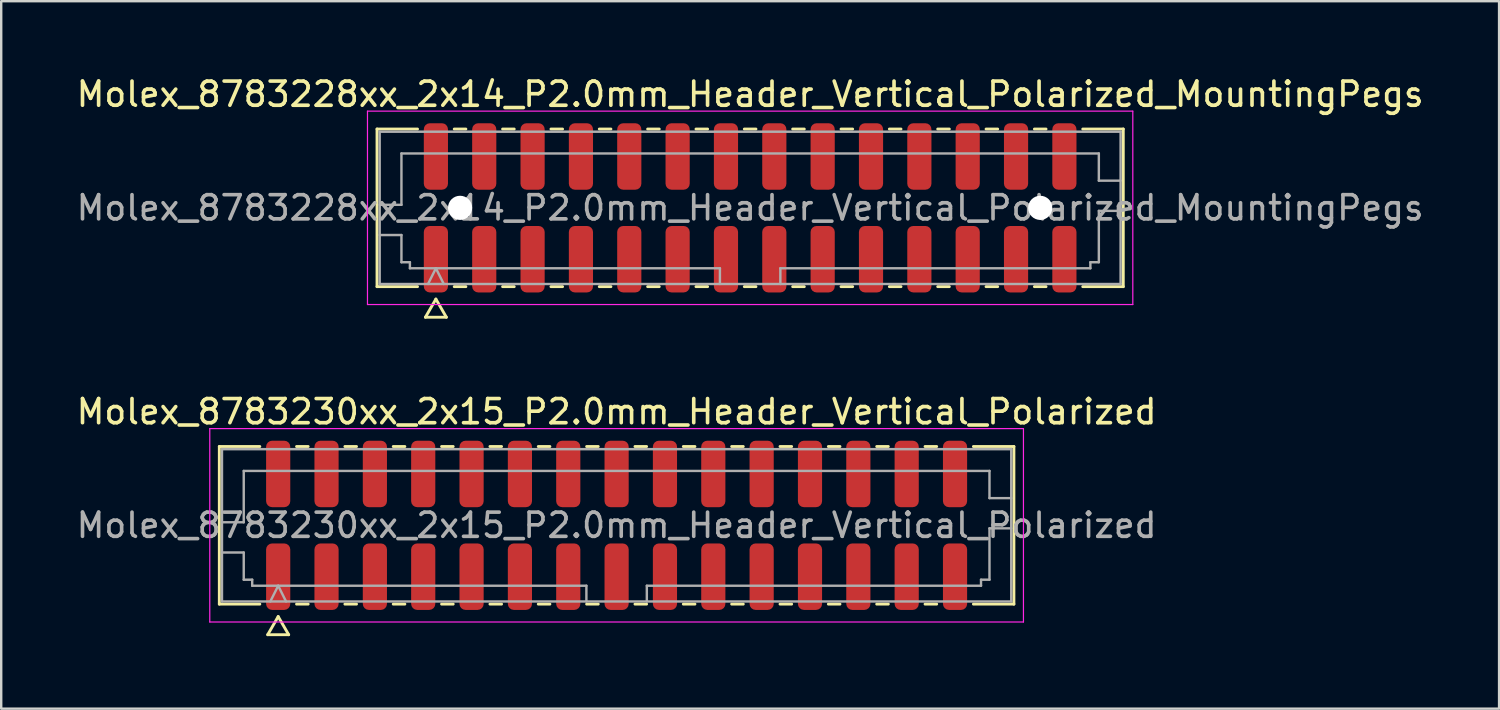
<source format=kicad_pcb>
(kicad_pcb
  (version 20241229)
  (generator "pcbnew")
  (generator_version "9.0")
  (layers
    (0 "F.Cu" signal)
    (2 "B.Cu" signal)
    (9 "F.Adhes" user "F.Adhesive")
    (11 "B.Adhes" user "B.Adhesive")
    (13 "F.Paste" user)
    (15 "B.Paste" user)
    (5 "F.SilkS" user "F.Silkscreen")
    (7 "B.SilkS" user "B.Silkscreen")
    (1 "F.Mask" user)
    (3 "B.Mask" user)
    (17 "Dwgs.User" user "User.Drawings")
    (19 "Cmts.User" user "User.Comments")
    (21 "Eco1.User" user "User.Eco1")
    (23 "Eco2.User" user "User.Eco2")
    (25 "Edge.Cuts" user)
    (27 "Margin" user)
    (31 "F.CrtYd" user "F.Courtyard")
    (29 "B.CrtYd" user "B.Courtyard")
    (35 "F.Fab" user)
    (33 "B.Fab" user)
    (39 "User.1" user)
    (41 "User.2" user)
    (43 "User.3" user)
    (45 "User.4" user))
  (footprint "Molex_8783228xx_2x14_P2.0mm_Header_Vertical_Polarized_MountingPegs"
    (layer "F.Cu")
    (at 27.982 5.548)
    (property "Reference" "Molex_8783228xx_2x14_P2.0mm_Header_Vertical_Polarized_MountingPegs" (at 0 -4.7 0) (layer "F.SilkS") (effects (font (size 1 1) (thickness 0.15))))
    (attr smd)
    (fp_line (start -15.435 -3.26) (end -13.76 -3.26) (stroke (width 0.12) (type solid)) (layer "F.SilkS"))
    (fp_line (start -15.435 3.26) (end -15.435 -3.26) (stroke (width 0.12) (type solid)) (layer "F.SilkS"))
    (fp_line (start -13.76 3.26) (end -15.435 3.26) (stroke (width 0.12) (type solid)) (layer "F.SilkS"))
    (fp_line (start -13.433 4.525) (end -13 3.775) (stroke (width 0.12) (type solid)) (layer "F.SilkS"))
    (fp_line (start -13 3.775) (end -12.567 4.525) (stroke (width 0.12) (type solid)) (layer "F.SilkS"))
    (fp_line (start -12.567 4.525) (end -13.433 4.525) (stroke (width 0.12) (type solid)) (layer "F.SilkS"))
    (fp_line (start -12.24 -3.26) (end -11.76 -3.26) (stroke (width 0.12) (type solid)) (layer "F.SilkS"))
    (fp_line (start -11.76 3.26) (end -12.24 3.26) (stroke (width 0.12) (type solid)) (layer "F.SilkS"))
    (fp_line (start -10.24 -3.26) (end -9.76 -3.26) (stroke (width 0.12) (type solid)) (layer "F.SilkS"))
    (fp_line (start -9.76 3.26) (end -10.24 3.26) (stroke (width 0.12) (type solid)) (layer "F.SilkS"))
    (fp_line (start -8.24 -3.26) (end -7.76 -3.26) (stroke (width 0.12) (type solid)) (layer "F.SilkS"))
    (fp_line (start -7.76 3.26) (end -8.24 3.26) (stroke (width 0.12) (type solid)) (layer "F.SilkS"))
    (fp_line (start -6.24 -3.26) (end -5.76 -3.26) (stroke (width 0.12) (type solid)) (layer "F.SilkS"))
    (fp_line (start -5.76 3.26) (end -6.24 3.26) (stroke (width 0.12) (type solid)) (layer "F.SilkS"))
    (fp_line (start -4.24 -3.26) (end -3.76 -3.26) (stroke (width 0.12) (type solid)) (layer "F.SilkS"))
    (fp_line (start -3.76 3.26) (end -4.24 3.26) (stroke (width 0.12) (type solid)) (layer "F.SilkS"))
    (fp_line (start -2.24 -3.26) (end -1.76 -3.26) (stroke (width 0.12) (type solid)) (layer "F.SilkS"))
    (fp_line (start -1.76 3.26) (end -2.24 3.26) (stroke (width 0.12) (type solid)) (layer "F.SilkS"))
    (fp_line (start -0.24 -3.26) (end 0.24 -3.26) (stroke (width 0.12) (type solid)) (layer "F.SilkS"))
    (fp_line (start 0.24 3.26) (end -0.24 3.26) (stroke (width 0.12) (type solid)) (layer "F.SilkS"))
    (fp_line (start 1.76 -3.26) (end 2.24 -3.26) (stroke (width 0.12) (type solid)) (layer "F.SilkS"))
    (fp_line (start 2.24 3.26) (end 1.76 3.26) (stroke (width 0.12) (type solid)) (layer "F.SilkS"))
    (fp_line (start 3.76 -3.26) (end 4.24 -3.26) (stroke (width 0.12) (type solid)) (layer "F.SilkS"))
    (fp_line (start 4.24 3.26) (end 3.76 3.26) (stroke (width 0.12) (type solid)) (layer "F.SilkS"))
    (fp_line (start 5.76 -3.26) (end 6.24 -3.26) (stroke (width 0.12) (type solid)) (layer "F.SilkS"))
    (fp_line (start 6.24 3.26) (end 5.76 3.26) (stroke (width 0.12) (type solid)) (layer "F.SilkS"))
    (fp_line (start 7.76 -3.26) (end 8.24 -3.26) (stroke (width 0.12) (type solid)) (layer "F.SilkS"))
    (fp_line (start 8.24 3.26) (end 7.76 3.26) (stroke (width 0.12) (type solid)) (layer "F.SilkS"))
    (fp_line (start 9.76 -3.26) (end 10.24 -3.26) (stroke (width 0.12) (type solid)) (layer "F.SilkS"))
    (fp_line (start 10.24 3.26) (end 9.76 3.26) (stroke (width 0.12) (type solid)) (layer "F.SilkS"))
    (fp_line (start 11.76 -3.26) (end 12.24 -3.26) (stroke (width 0.12) (type solid)) (layer "F.SilkS"))
    (fp_line (start 12.24 3.26) (end 11.76 3.26) (stroke (width 0.12) (type solid)) (layer "F.SilkS"))
    (fp_line (start 13.76 -3.26) (end 15.435 -3.26) (stroke (width 0.12) (type solid)) (layer "F.SilkS"))
    (fp_line (start 15.435 -3.26) (end 15.435 3.26) (stroke (width 0.12) (type solid)) (layer "F.SilkS"))
    (fp_line (start 15.435 3.26) (end 13.76 3.26) (stroke (width 0.12) (type solid)) (layer "F.SilkS"))
    (fp_line (start -15.83 -4) (end -15.83 4) (stroke (width 0.05) (type solid)) (layer "F.CrtYd"))
    (fp_line (start -15.83 4) (end 15.83 4) (stroke (width 0.05) (type solid)) (layer "F.CrtYd"))
    (fp_line (start 15.83 -4) (end -15.83 -4) (stroke (width 0.05) (type solid)) (layer "F.CrtYd"))
    (fp_line (start 15.83 4) (end 15.83 -4) (stroke (width 0.05) (type solid)) (layer "F.CrtYd"))
    (fp_line (start -15.325 -3.15) (end 15.325 -3.15) (stroke (width 0.1) (type solid)) (layer "F.Fab"))
    (fp_line (start -15.325 -0.125) (end -14.425 -0.125) (stroke (width 0.1) (type solid)) (layer "F.Fab"))
    (fp_line (start -15.325 1.125) (end -14.425 1.125) (stroke (width 0.1) (type solid)) (layer "F.Fab"))
    (fp_line (start -15.325 3.15) (end -15.325 -3.15) (stroke (width 0.1) (type solid)) (layer "F.Fab"))
    (fp_line (start -14.425 -2.25) (end 14.425 -2.25) (stroke (width 0.1) (type solid)) (layer "F.Fab"))
    (fp_line (start -14.425 -0.125) (end -14.425 -2.25) (stroke (width 0.1) (type solid)) (layer "F.Fab"))
    (fp_line (start -14.425 1.125) (end -14.425 2.25) (stroke (width 0.1) (type solid)) (layer "F.Fab"))
    (fp_line (start -14.425 2.25) (end -14.075 2.25) (stroke (width 0.1) (type solid)) (layer "F.Fab"))
    (fp_line (start -14.075 2.25) (end -14.075 2.5) (stroke (width 0.1) (type solid)) (layer "F.Fab"))
    (fp_line (start -14.075 2.5) (end -1.25 2.5) (stroke (width 0.1) (type solid)) (layer "F.Fab"))
    (fp_line (start -13.325 3.15) (end -13 2.5) (stroke (width 0.1) (type solid)) (layer "F.Fab"))
    (fp_line (start -13 2.5) (end -12.675 3.15) (stroke (width 0.1) (type solid)) (layer "F.Fab"))
    (fp_line (start -1.25 2.5) (end -1.25 3.15) (stroke (width 0.1) (type solid)) (layer "F.Fab"))
    (fp_line (start 1.25 2.5) (end 1.25 3.15) (stroke (width 0.1) (type solid)) (layer "F.Fab"))
    (fp_line (start 1.25 2.5) (end 14.075 2.5) (stroke (width 0.1) (type solid)) (layer "F.Fab"))
    (fp_line (start 14.075 2.25) (end 14.425 2.25) (stroke (width 0.1) (type solid)) (layer "F.Fab"))
    (fp_line (start 14.075 2.5) (end 14.075 2.25) (stroke (width 0.1) (type solid)) (layer "F.Fab"))
    (fp_line (start 14.425 -2.25) (end 14.425 -1.125) (stroke (width 0.1) (type solid)) (layer "F.Fab"))
    (fp_line (start 14.425 -1.125) (end 15.325 -1.125) (stroke (width 0.1) (type solid)) (layer "F.Fab"))
    (fp_line (start 14.425 0.125) (end 15.325 0.125) (stroke (width 0.1) (type solid)) (layer "F.Fab"))
    (fp_line (start 14.425 2.25) (end 14.425 0.125) (stroke (width 0.1) (type solid)) (layer "F.Fab"))
    (fp_line (start 15.325 -3.15) (end 15.325 3.15) (stroke (width 0.1) (type solid)) (layer "F.Fab"))
    (fp_line (start 15.325 3.15) (end -15.325 3.15) (stroke (width 0.1) (type solid)) (layer "F.Fab"))
    (fp_text user "${REFERENCE}" (at 0 0 0) (layer "F.Fab") (effects (font (size 1 1) (thickness 0.15))))
    (pad "" np_thru_hole circle (at -12 0) (size 1 1) (drill 1) (layers "*.Cu" "*.Mask"))
    (pad "" np_thru_hole circle (at 12 0) (size 1 1) (drill 1) (layers "*.Cu" "*.Mask"))
    (pad "1" smd roundrect (at -13 2.125) (size 1 2.75) (layers "F.Cu" "F.Mask" "F.Paste") (roundrect_rratio 0.25))
    (pad "2" smd roundrect (at -13 -2.125) (size 1 2.75) (layers "F.Cu" "F.Mask" "F.Paste") (roundrect_rratio 0.25))
    (pad "3" smd roundrect (at -11 2.125) (size 1 2.75) (layers "F.Cu" "F.Mask" "F.Paste") (roundrect_rratio 0.25))
    (pad "4" smd roundrect (at -11 -2.125) (size 1 2.75) (layers "F.Cu" "F.Mask" "F.Paste") (roundrect_rratio 0.25))
    (pad "5" smd roundrect (at -9 2.125) (size 1 2.75) (layers "F.Cu" "F.Mask" "F.Paste") (roundrect_rratio 0.25))
    (pad "6" smd roundrect (at -9 -2.125) (size 1 2.75) (layers "F.Cu" "F.Mask" "F.Paste") (roundrect_rratio 0.25))
    (pad "7" smd roundrect (at -7 2.125) (size 1 2.75) (layers "F.Cu" "F.Mask" "F.Paste") (roundrect_rratio 0.25))
    (pad "8" smd roundrect (at -7 -2.125) (size 1 2.75) (layers "F.Cu" "F.Mask" "F.Paste") (roundrect_rratio 0.25))
    (pad "9" smd roundrect (at -5 2.125) (size 1 2.75) (layers "F.Cu" "F.Mask" "F.Paste") (roundrect_rratio 0.25))
    (pad "10" smd roundrect (at -5 -2.125) (size 1 2.75) (layers "F.Cu" "F.Mask" "F.Paste") (roundrect_rratio 0.25))
    (pad "11" smd roundrect (at -3 2.125) (size 1 2.75) (layers "F.Cu" "F.Mask" "F.Paste") (roundrect_rratio 0.25))
    (pad "12" smd roundrect (at -3 -2.125) (size 1 2.75) (layers "F.Cu" "F.Mask" "F.Paste") (roundrect_rratio 0.25))
    (pad "13" smd roundrect (at -1 2.125) (size 1 2.75) (layers "F.Cu" "F.Mask" "F.Paste") (roundrect_rratio 0.25))
    (pad "14" smd roundrect (at -1 -2.125) (size 1 2.75) (layers "F.Cu" "F.Mask" "F.Paste") (roundrect_rratio 0.25))
    (pad "15" smd roundrect (at 1 2.125) (size 1 2.75) (layers "F.Cu" "F.Mask" "F.Paste") (roundrect_rratio 0.25))
    (pad "16" smd roundrect (at 1 -2.125) (size 1 2.75) (layers "F.Cu" "F.Mask" "F.Paste") (roundrect_rratio 0.25))
    (pad "17" smd roundrect (at 3 2.125) (size 1 2.75) (layers "F.Cu" "F.Mask" "F.Paste") (roundrect_rratio 0.25))
    (pad "18" smd roundrect (at 3 -2.125) (size 1 2.75) (layers "F.Cu" "F.Mask" "F.Paste") (roundrect_rratio 0.25))
    (pad "19" smd roundrect (at 5 2.125) (size 1 2.75) (layers "F.Cu" "F.Mask" "F.Paste") (roundrect_rratio 0.25))
    (pad "20" smd roundrect (at 5 -2.125) (size 1 2.75) (layers "F.Cu" "F.Mask" "F.Paste") (roundrect_rratio 0.25))
    (pad "21" smd roundrect (at 7 2.125) (size 1 2.75) (layers "F.Cu" "F.Mask" "F.Paste") (roundrect_rratio 0.25))
    (pad "22" smd roundrect (at 7 -2.125) (size 1 2.75) (layers "F.Cu" "F.Mask" "F.Paste") (roundrect_rratio 0.25))
    (pad "23" smd roundrect (at 9 2.125) (size 1 2.75) (layers "F.Cu" "F.Mask" "F.Paste") (roundrect_rratio 0.25))
    (pad "24" smd roundrect (at 9 -2.125) (size 1 2.75) (layers "F.Cu" "F.Mask" "F.Paste") (roundrect_rratio 0.25))
    (pad "25" smd roundrect (at 11 2.125) (size 1 2.75) (layers "F.Cu" "F.Mask" "F.Paste") (roundrect_rratio 0.25))
    (pad "26" smd roundrect (at 11 -2.125) (size 1 2.75) (layers "F.Cu" "F.Mask" "F.Paste") (roundrect_rratio 0.25))
    (pad "27" smd roundrect (at 13 2.125) (size 1 2.75) (layers "F.Cu" "F.Mask" "F.Paste") (roundrect_rratio 0.25))
    (pad "28" smd roundrect (at 13 -2.125) (size 1 2.75) (layers "F.Cu" "F.Mask" "F.Paste") (roundrect_rratio 0.25)))
  (footprint "Molex_8783230xx_2x15_P2.0mm_Header_Vertical_Polarized"
    (layer "F.Cu")
    (at 22.458 18.681)
    (property "Reference" "Molex_8783230xx_2x15_P2.0mm_Header_Vertical_Polarized" (at 0 -4.7 0) (layer "F.SilkS") (effects (font (size 1 1) (thickness 0.15))))
    (attr smd)
    (fp_line (start -16.435 -3.26) (end -14.76 -3.26) (stroke (width 0.12) (type solid)) (layer "F.SilkS"))
    (fp_line (start -16.435 3.26) (end -16.435 -3.26) (stroke (width 0.12) (type solid)) (layer "F.SilkS"))
    (fp_line (start -14.76 3.26) (end -16.435 3.26) (stroke (width 0.12) (type solid)) (layer "F.SilkS"))
    (fp_line (start -14.433 4.525) (end -14 3.775) (stroke (width 0.12) (type solid)) (layer "F.SilkS"))
    (fp_line (start -14 3.775) (end -13.567 4.525) (stroke (width 0.12) (type solid)) (layer "F.SilkS"))
    (fp_line (start -13.567 4.525) (end -14.433 4.525) (stroke (width 0.12) (type solid)) (layer "F.SilkS"))
    (fp_line (start -13.24 -3.26) (end -12.76 -3.26) (stroke (width 0.12) (type solid)) (layer "F.SilkS"))
    (fp_line (start -12.76 3.26) (end -13.24 3.26) (stroke (width 0.12) (type solid)) (layer "F.SilkS"))
    (fp_line (start -11.24 -3.26) (end -10.76 -3.26) (stroke (width 0.12) (type solid)) (layer "F.SilkS"))
    (fp_line (start -10.76 3.26) (end -11.24 3.26) (stroke (width 0.12) (type solid)) (layer "F.SilkS"))
    (fp_line (start -9.24 -3.26) (end -8.76 -3.26) (stroke (width 0.12) (type solid)) (layer "F.SilkS"))
    (fp_line (start -8.76 3.26) (end -9.24 3.26) (stroke (width 0.12) (type solid)) (layer "F.SilkS"))
    (fp_line (start -7.24 -3.26) (end -6.76 -3.26) (stroke (width 0.12) (type solid)) (layer "F.SilkS"))
    (fp_line (start -6.76 3.26) (end -7.24 3.26) (stroke (width 0.12) (type solid)) (layer "F.SilkS"))
    (fp_line (start -5.24 -3.26) (end -4.76 -3.26) (stroke (width 0.12) (type solid)) (layer "F.SilkS"))
    (fp_line (start -4.76 3.26) (end -5.24 3.26) (stroke (width 0.12) (type solid)) (layer "F.SilkS"))
    (fp_line (start -3.24 -3.26) (end -2.76 -3.26) (stroke (width 0.12) (type solid)) (layer "F.SilkS"))
    (fp_line (start -2.76 3.26) (end -3.24 3.26) (stroke (width 0.12) (type solid)) (layer "F.SilkS"))
    (fp_line (start -1.24 -3.26) (end -0.76 -3.26) (stroke (width 0.12) (type solid)) (layer "F.SilkS"))
    (fp_line (start -0.76 3.26) (end -1.24 3.26) (stroke (width 0.12) (type solid)) (layer "F.SilkS"))
    (fp_line (start 0.76 -3.26) (end 1.24 -3.26) (stroke (width 0.12) (type solid)) (layer "F.SilkS"))
    (fp_line (start 1.24 3.26) (end 0.76 3.26) (stroke (width 0.12) (type solid)) (layer "F.SilkS"))
    (fp_line (start 2.76 -3.26) (end 3.24 -3.26) (stroke (width 0.12) (type solid)) (layer "F.SilkS"))
    (fp_line (start 3.24 3.26) (end 2.76 3.26) (stroke (width 0.12) (type solid)) (layer "F.SilkS"))
    (fp_line (start 4.76 -3.26) (end 5.24 -3.26) (stroke (width 0.12) (type solid)) (layer "F.SilkS"))
    (fp_line (start 5.24 3.26) (end 4.76 3.26) (stroke (width 0.12) (type solid)) (layer "F.SilkS"))
    (fp_line (start 6.76 -3.26) (end 7.24 -3.26) (stroke (width 0.12) (type solid)) (layer "F.SilkS"))
    (fp_line (start 7.24 3.26) (end 6.76 3.26) (stroke (width 0.12) (type solid)) (layer "F.SilkS"))
    (fp_line (start 8.76 -3.26) (end 9.24 -3.26) (stroke (width 0.12) (type solid)) (layer "F.SilkS"))
    (fp_line (start 9.24 3.26) (end 8.76 3.26) (stroke (width 0.12) (type solid)) (layer "F.SilkS"))
    (fp_line (start 10.76 -3.26) (end 11.24 -3.26) (stroke (width 0.12) (type solid)) (layer "F.SilkS"))
    (fp_line (start 11.24 3.26) (end 10.76 3.26) (stroke (width 0.12) (type solid)) (layer "F.SilkS"))
    (fp_line (start 12.76 -3.26) (end 13.24 -3.26) (stroke (width 0.12) (type solid)) (layer "F.SilkS"))
    (fp_line (start 13.24 3.26) (end 12.76 3.26) (stroke (width 0.12) (type solid)) (layer "F.SilkS"))
    (fp_line (start 14.76 -3.26) (end 16.435 -3.26) (stroke (width 0.12) (type solid)) (layer "F.SilkS"))
    (fp_line (start 16.435 -3.26) (end 16.435 3.26) (stroke (width 0.12) (type solid)) (layer "F.SilkS"))
    (fp_line (start 16.435 3.26) (end 14.76 3.26) (stroke (width 0.12) (type solid)) (layer "F.SilkS"))
    (fp_line (start -16.83 -4) (end -16.83 4) (stroke (width 0.05) (type solid)) (layer "F.CrtYd"))
    (fp_line (start -16.83 4) (end 16.83 4) (stroke (width 0.05) (type solid)) (layer "F.CrtYd"))
    (fp_line (start 16.83 -4) (end -16.83 -4) (stroke (width 0.05) (type solid)) (layer "F.CrtYd"))
    (fp_line (start 16.83 4) (end 16.83 -4) (stroke (width 0.05) (type solid)) (layer "F.CrtYd"))
    (fp_line (start -16.325 -3.15) (end 16.325 -3.15) (stroke (width 0.1) (type solid)) (layer "F.Fab"))
    (fp_line (start -16.325 -0.125) (end -15.425 -0.125) (stroke (width 0.1) (type solid)) (layer "F.Fab"))
    (fp_line (start -16.325 1.125) (end -15.425 1.125) (stroke (width 0.1) (type solid)) (layer "F.Fab"))
    (fp_line (start -16.325 3.15) (end -16.325 -3.15) (stroke (width 0.1) (type solid)) (layer "F.Fab"))
    (fp_line (start -15.425 -2.25) (end 15.425 -2.25) (stroke (width 0.1) (type solid)) (layer "F.Fab"))
    (fp_line (start -15.425 -0.125) (end -15.425 -2.25) (stroke (width 0.1) (type solid)) (layer "F.Fab"))
    (fp_line (start -15.425 1.125) (end -15.425 2.25) (stroke (width 0.1) (type solid)) (layer "F.Fab"))
    (fp_line (start -15.425 2.25) (end -15.075 2.25) (stroke (width 0.1) (type solid)) (layer "F.Fab"))
    (fp_line (start -15.075 2.25) (end -15.075 2.5) (stroke (width 0.1) (type solid)) (layer "F.Fab"))
    (fp_line (start -15.075 2.5) (end -1.25 2.5) (stroke (width 0.1) (type solid)) (layer "F.Fab"))
    (fp_line (start -14.325 3.15) (end -14 2.5) (stroke (width 0.1) (type solid)) (layer "F.Fab"))
    (fp_line (start -14 2.5) (end -13.675 3.15) (stroke (width 0.1) (type solid)) (layer "F.Fab"))
    (fp_line (start -1.25 2.5) (end -1.25 3.15) (stroke (width 0.1) (type solid)) (layer "F.Fab"))
    (fp_line (start 1.25 2.5) (end 1.25 3.15) (stroke (width 0.1) (type solid)) (layer "F.Fab"))
    (fp_line (start 1.25 2.5) (end 15.075 2.5) (stroke (width 0.1) (type solid)) (layer "F.Fab"))
    (fp_line (start 15.075 2.25) (end 15.425 2.25) (stroke (width 0.1) (type solid)) (layer "F.Fab"))
    (fp_line (start 15.075 2.5) (end 15.075 2.25) (stroke (width 0.1) (type solid)) (layer "F.Fab"))
    (fp_line (start 15.425 -2.25) (end 15.425 -1.125) (stroke (width 0.1) (type solid)) (layer "F.Fab"))
    (fp_line (start 15.425 -1.125) (end 16.325 -1.125) (stroke (width 0.1) (type solid)) (layer "F.Fab"))
    (fp_line (start 15.425 0.125) (end 16.325 0.125) (stroke (width 0.1) (type solid)) (layer "F.Fab"))
    (fp_line (start 15.425 2.25) (end 15.425 0.125) (stroke (width 0.1) (type solid)) (layer "F.Fab"))
    (fp_line (start 16.325 -3.15) (end 16.325 3.15) (stroke (width 0.1) (type solid)) (layer "F.Fab"))
    (fp_line (start 16.325 3.15) (end -16.325 3.15) (stroke (width 0.1) (type solid)) (layer "F.Fab"))
    (fp_text user "${REFERENCE}" (at 0 0 0) (layer "F.Fab") (effects (font (size 1 1) (thickness 0.15))))
    (pad "1" smd roundrect (at -14 2.125) (size 1 2.75) (layers "F.Cu" "F.Mask" "F.Paste") (roundrect_rratio 0.25))
    (pad "2" smd roundrect (at -14 -2.125) (size 1 2.75) (layers "F.Cu" "F.Mask" "F.Paste") (roundrect_rratio 0.25))
    (pad "3" smd roundrect (at -12 2.125) (size 1 2.75) (layers "F.Cu" "F.Mask" "F.Paste") (roundrect_rratio 0.25))
    (pad "4" smd roundrect (at -12 -2.125) (size 1 2.75) (layers "F.Cu" "F.Mask" "F.Paste") (roundrect_rratio 0.25))
    (pad "5" smd roundrect (at -10 2.125) (size 1 2.75) (layers "F.Cu" "F.Mask" "F.Paste") (roundrect_rratio 0.25))
    (pad "6" smd roundrect (at -10 -2.125) (size 1 2.75) (layers "F.Cu" "F.Mask" "F.Paste") (roundrect_rratio 0.25))
    (pad "7" smd roundrect (at -8 2.125) (size 1 2.75) (layers "F.Cu" "F.Mask" "F.Paste") (roundrect_rratio 0.25))
    (pad "8" smd roundrect (at -8 -2.125) (size 1 2.75) (layers "F.Cu" "F.Mask" "F.Paste") (roundrect_rratio 0.25))
    (pad "9" smd roundrect (at -6 2.125) (size 1 2.75) (layers "F.Cu" "F.Mask" "F.Paste") (roundrect_rratio 0.25))
    (pad "10" smd roundrect (at -6 -2.125) (size 1 2.75) (layers "F.Cu" "F.Mask" "F.Paste") (roundrect_rratio 0.25))
    (pad "11" smd roundrect (at -4 2.125) (size 1 2.75) (layers "F.Cu" "F.Mask" "F.Paste") (roundrect_rratio 0.25))
    (pad "12" smd roundrect (at -4 -2.125) (size 1 2.75) (layers "F.Cu" "F.Mask" "F.Paste") (roundrect_rratio 0.25))
    (pad "13" smd roundrect (at -2 2.125) (size 1 2.75) (layers "F.Cu" "F.Mask" "F.Paste") (roundrect_rratio 0.25))
    (pad "14" smd roundrect (at -2 -2.125) (size 1 2.75) (layers "F.Cu" "F.Mask" "F.Paste") (roundrect_rratio 0.25))
    (pad "15" smd roundrect (at 0 2.125) (size 1 2.75) (layers "F.Cu" "F.Mask" "F.Paste") (roundrect_rratio 0.25))
    (pad "16" smd roundrect (at 0 -2.125) (size 1 2.75) (layers "F.Cu" "F.Mask" "F.Paste") (roundrect_rratio 0.25))
    (pad "17" smd roundrect (at 2 2.125) (size 1 2.75) (layers "F.Cu" "F.Mask" "F.Paste") (roundrect_rratio 0.25))
    (pad "18" smd roundrect (at 2 -2.125) (size 1 2.75) (layers "F.Cu" "F.Mask" "F.Paste") (roundrect_rratio 0.25))
    (pad "19" smd roundrect (at 4 2.125) (size 1 2.75) (layers "F.Cu" "F.Mask" "F.Paste") (roundrect_rratio 0.25))
    (pad "20" smd roundrect (at 4 -2.125) (size 1 2.75) (layers "F.Cu" "F.Mask" "F.Paste") (roundrect_rratio 0.25))
    (pad "21" smd roundrect (at 6 2.125) (size 1 2.75) (layers "F.Cu" "F.Mask" "F.Paste") (roundrect_rratio 0.25))
    (pad "22" smd roundrect (at 6 -2.125) (size 1 2.75) (layers "F.Cu" "F.Mask" "F.Paste") (roundrect_rratio 0.25))
    (pad "23" smd roundrect (at 8 2.125) (size 1 2.75) (layers "F.Cu" "F.Mask" "F.Paste") (roundrect_rratio 0.25))
    (pad "24" smd roundrect (at 8 -2.125) (size 1 2.75) (layers "F.Cu" "F.Mask" "F.Paste") (roundrect_rratio 0.25))
    (pad "25" smd roundrect (at 10 2.125) (size 1 2.75) (layers "F.Cu" "F.Mask" "F.Paste") (roundrect_rratio 0.25))
    (pad "26" smd roundrect (at 10 -2.125) (size 1 2.75) (layers "F.Cu" "F.Mask" "F.Paste") (roundrect_rratio 0.25))
    (pad "27" smd roundrect (at 12 2.125) (size 1 2.75) (layers "F.Cu" "F.Mask" "F.Paste") (roundrect_rratio 0.25))
    (pad "28" smd roundrect (at 12 -2.125) (size 1 2.75) (layers "F.Cu" "F.Mask" "F.Paste") (roundrect_rratio 0.25))
    (pad "29" smd roundrect (at 14 2.125) (size 1 2.75) (layers "F.Cu" "F.Mask" "F.Paste") (roundrect_rratio 0.25))
    (pad "30" smd roundrect (at 14 -2.125) (size 1 2.75) (layers "F.Cu" "F.Mask" "F.Paste") (roundrect_rratio 0.25)))
  (gr_rect
    (start -3 -3)
    (end 58.964 26.267)
    (stroke (width 0.1) (type default))
    (fill no)
    (layer "Edge.Cuts")))
</source>
